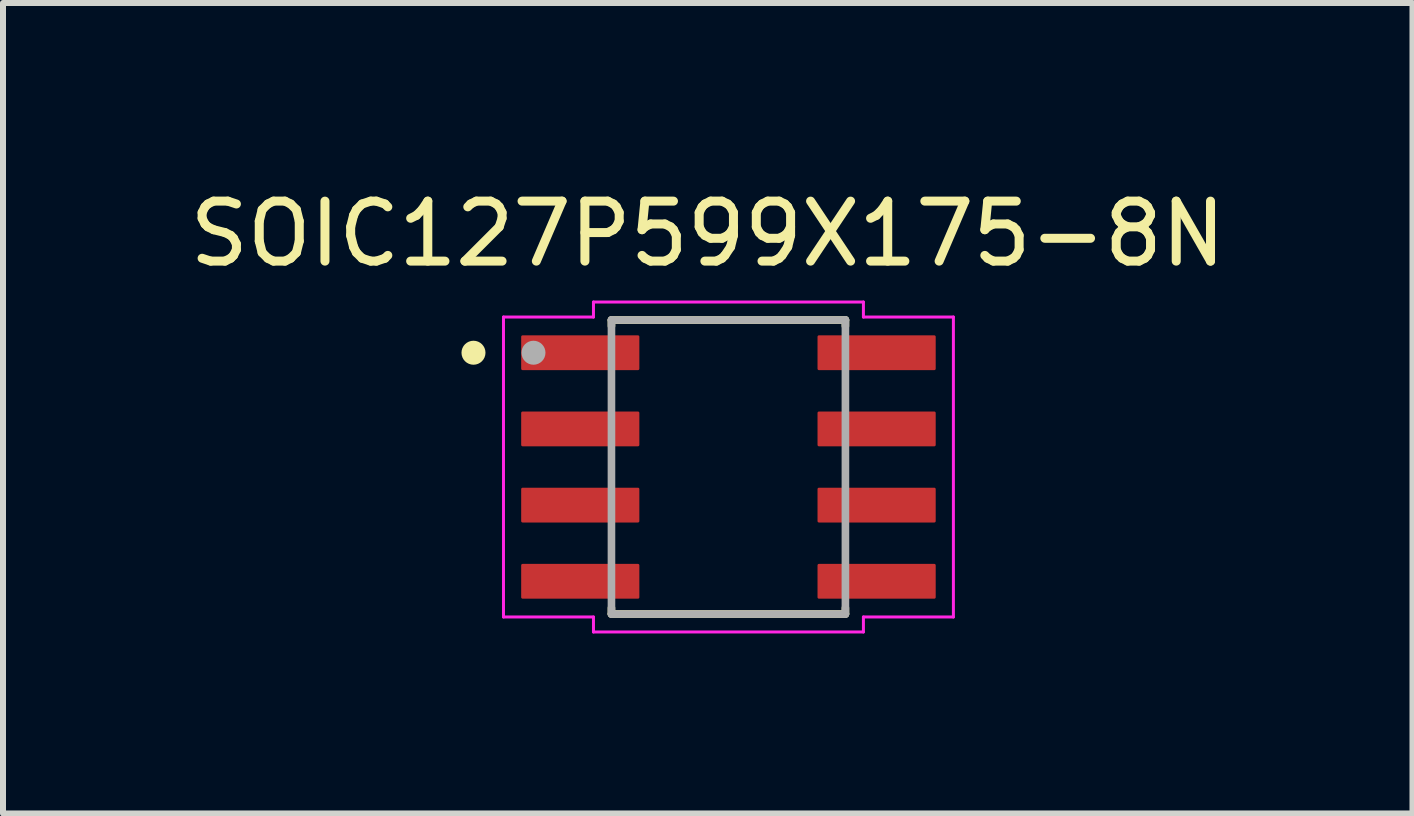
<source format=kicad_pcb>
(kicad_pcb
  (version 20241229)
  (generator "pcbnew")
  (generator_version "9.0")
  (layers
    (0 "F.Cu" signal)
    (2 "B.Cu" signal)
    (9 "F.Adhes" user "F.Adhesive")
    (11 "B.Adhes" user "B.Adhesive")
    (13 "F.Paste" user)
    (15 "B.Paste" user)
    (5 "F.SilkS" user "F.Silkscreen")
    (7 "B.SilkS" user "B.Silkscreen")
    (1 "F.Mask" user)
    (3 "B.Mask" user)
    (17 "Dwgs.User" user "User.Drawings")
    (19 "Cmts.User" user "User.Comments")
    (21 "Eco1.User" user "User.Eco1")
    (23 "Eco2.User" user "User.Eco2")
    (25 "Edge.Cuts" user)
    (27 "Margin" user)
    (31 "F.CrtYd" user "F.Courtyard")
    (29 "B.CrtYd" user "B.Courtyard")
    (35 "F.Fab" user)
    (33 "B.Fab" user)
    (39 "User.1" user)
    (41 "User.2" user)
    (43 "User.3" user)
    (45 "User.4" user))
  (footprint "SOIC127P599X175-8N"
    (layer "F.Cu")
    (at 9.093 4.735)
    (property "Reference" "SOIC127P599X175-8N" (at -0.345 -3.887 0) (layer "F.SilkS") (effects (font (size 1 1) (thickness 0.15))))
    (attr smd)
    (fp_line (start -1.95 -2.45) (end -1.95 -2.35) (stroke (width 0.127) (type solid)) (layer "F.SilkS"))
    (fp_line (start -1.95 2.35) (end -1.95 2.45) (stroke (width 0.127) (type solid)) (layer "F.SilkS"))
    (fp_line (start -1.95 2.45) (end 1.95 2.45) (stroke (width 0.127) (type solid)) (layer "F.SilkS"))
    (fp_line (start 1.95 -2.45) (end -1.95 -2.45) (stroke (width 0.127) (type solid)) (layer "F.SilkS"))
    (fp_line (start 1.95 -2.35) (end 1.95 -2.45) (stroke (width 0.127) (type solid)) (layer "F.SilkS"))
    (fp_line (start 1.95 2.45) (end 1.95 2.35) (stroke (width 0.127) (type solid)) (layer "F.SilkS"))
    (fp_circle (center -4.25 -1.905) (end -4.15 -1.905) (stroke (width 0.2) (type solid)) (fill no) (layer "F.SilkS"))
    (fp_line (start -3.75 -2.5) (end -2.25 -2.5) (stroke (width 0.05) (type solid)) (layer "F.CrtYd"))
    (fp_line (start -3.75 2.5) (end -3.75 -2.5) (stroke (width 0.05) (type solid)) (layer "F.CrtYd"))
    (fp_line (start -2.25 -2.75) (end 2.25 -2.75) (stroke (width 0.05) (type solid)) (layer "F.CrtYd"))
    (fp_line (start -2.25 -2.5) (end -2.25 -2.75) (stroke (width 0.05) (type solid)) (layer "F.CrtYd"))
    (fp_line (start -2.25 2.5) (end -3.75 2.5) (stroke (width 0.05) (type solid)) (layer "F.CrtYd"))
    (fp_line (start -2.25 2.75) (end -2.25 2.5) (stroke (width 0.05) (type solid)) (layer "F.CrtYd"))
    (fp_line (start 2.25 -2.75) (end 2.25 -2.5) (stroke (width 0.05) (type solid)) (layer "F.CrtYd"))
    (fp_line (start 2.25 -2.5) (end 3.75 -2.5) (stroke (width 0.05) (type solid)) (layer "F.CrtYd"))
    (fp_line (start 2.25 2.5) (end 2.25 2.75) (stroke (width 0.05) (type solid)) (layer "F.CrtYd"))
    (fp_line (start 2.25 2.75) (end -2.25 2.75) (stroke (width 0.05) (type solid)) (layer "F.CrtYd"))
    (fp_line (start 3.75 -2.5) (end 3.75 2.5) (stroke (width 0.05) (type solid)) (layer "F.CrtYd"))
    (fp_line (start 3.75 2.5) (end 2.25 2.5) (stroke (width 0.05) (type solid)) (layer "F.CrtYd"))
    (fp_line (start -1.95 -2.451) (end 1.95 -2.451) (stroke (width 0.127) (type solid)) (layer "F.Fab"))
    (fp_line (start -1.95 2.451) (end -1.95 -2.451) (stroke (width 0.127) (type solid)) (layer "F.Fab"))
    (fp_line (start 1.95 -2.451) (end 1.95 2.451) (stroke (width 0.127) (type solid)) (layer "F.Fab"))
    (fp_line (start 1.95 2.451) (end -1.95 2.451) (stroke (width 0.127) (type solid)) (layer "F.Fab"))
    (fp_circle (center -3.25 -1.905) (end -3.15 -1.905) (stroke (width 0.2) (type solid)) (fill no) (layer "F.Fab"))
    (pad "1" smd roundrect (at -2.47 -1.905) (size 1.97 0.58) (layers "F.Cu" "F.Mask" "F.Paste") (roundrect_rratio 0.04))
    (pad "2" smd roundrect (at -2.47 -0.635) (size 1.97 0.58) (layers "F.Cu" "F.Mask" "F.Paste") (roundrect_rratio 0.04))
    (pad "3" smd roundrect (at -2.47 0.635) (size 1.97 0.58) (layers "F.Cu" "F.Mask" "F.Paste") (roundrect_rratio 0.04))
    (pad "4" smd roundrect (at -2.47 1.905) (size 1.97 0.58) (layers "F.Cu" "F.Mask" "F.Paste") (roundrect_rratio 0.04))
    (pad "5" smd roundrect (at 2.47 1.905) (size 1.97 0.58) (layers "F.Cu" "F.Mask" "F.Paste") (roundrect_rratio 0.04))
    (pad "6" smd roundrect (at 2.47 0.635) (size 1.97 0.58) (layers "F.Cu" "F.Mask" "F.Paste") (roundrect_rratio 0.04))
    (pad "7" smd roundrect (at 2.47 -0.635) (size 1.97 0.58) (layers "F.Cu" "F.Mask" "F.Paste") (roundrect_rratio 0.04))
    (pad "8" smd roundrect (at 2.47 -1.905) (size 1.97 0.58) (layers "F.Cu" "F.Mask" "F.Paste") (roundrect_rratio 0.04)))
  (gr_rect
    (start -3 -3)
    (end 20.496 10.51)
    (stroke (width 0.1) (type default))
    (fill no)
    (layer "Edge.Cuts")))
</source>
